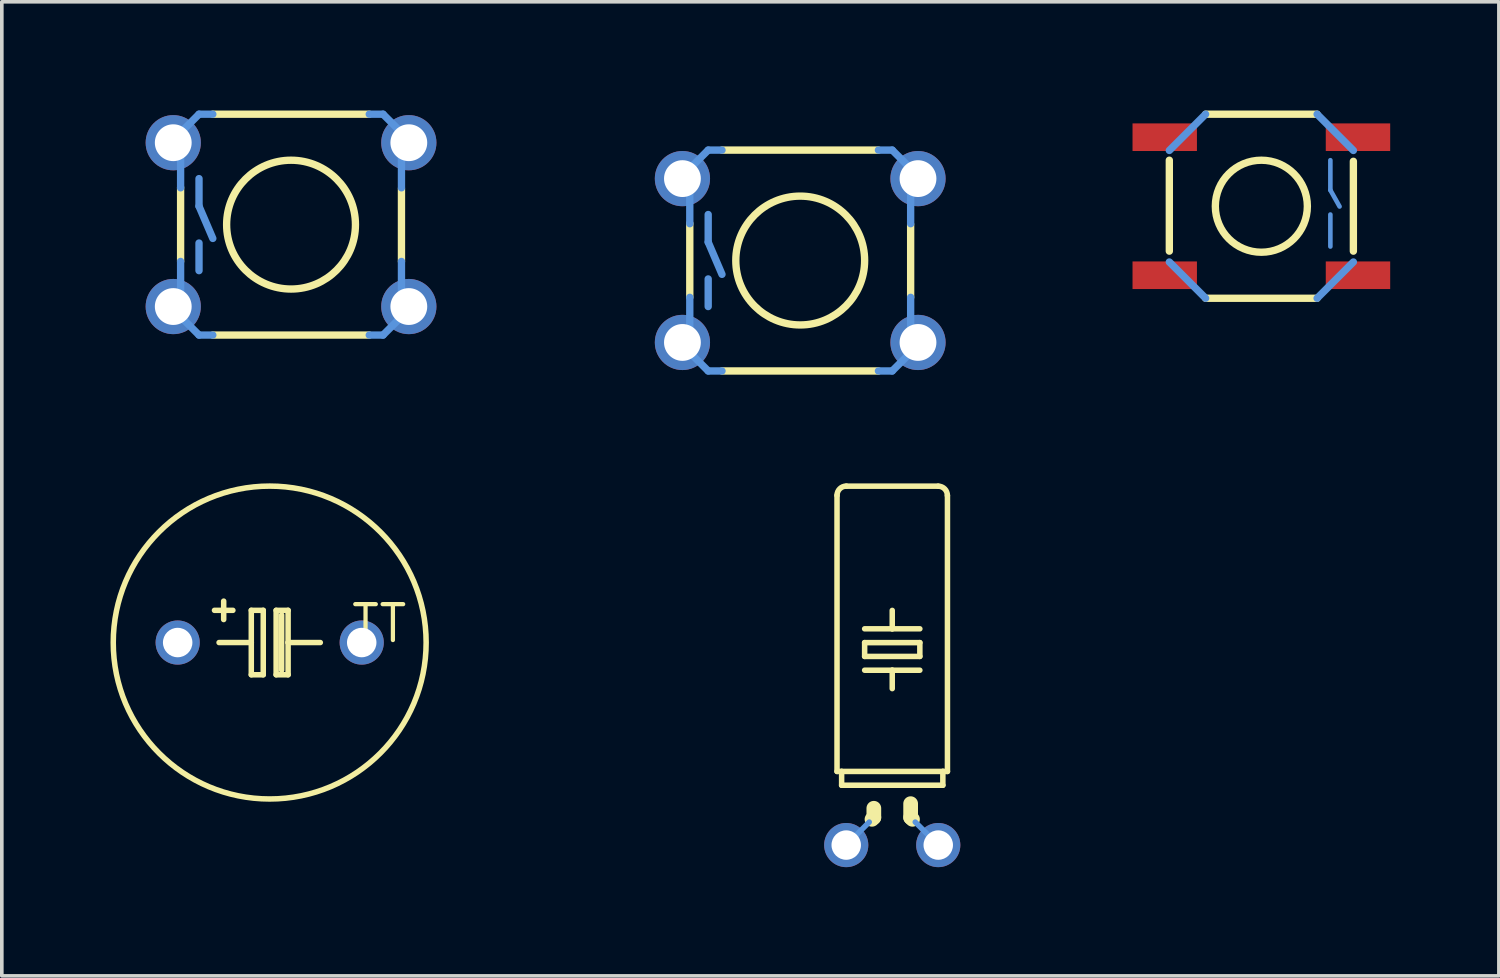
<source format=kicad_pcb>
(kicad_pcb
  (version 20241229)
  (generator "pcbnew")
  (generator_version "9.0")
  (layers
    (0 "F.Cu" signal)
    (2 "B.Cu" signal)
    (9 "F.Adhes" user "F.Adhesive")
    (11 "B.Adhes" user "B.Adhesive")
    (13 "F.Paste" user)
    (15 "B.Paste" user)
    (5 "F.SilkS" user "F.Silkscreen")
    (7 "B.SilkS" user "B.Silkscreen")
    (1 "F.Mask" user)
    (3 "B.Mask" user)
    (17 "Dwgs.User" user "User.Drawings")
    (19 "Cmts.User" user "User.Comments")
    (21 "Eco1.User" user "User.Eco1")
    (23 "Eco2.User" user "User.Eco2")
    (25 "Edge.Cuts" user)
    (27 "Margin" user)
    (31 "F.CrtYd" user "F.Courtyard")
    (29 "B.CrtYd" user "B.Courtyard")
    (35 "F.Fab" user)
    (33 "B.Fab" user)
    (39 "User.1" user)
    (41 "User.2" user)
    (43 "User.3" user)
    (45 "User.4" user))
  (footprint "TACTILE_SWITCH_SMD"
    (layer "F.Cu")
    (at 31.765 2.642)
    (property "Reference" "TACTILE_SWITCH_SMD" (at -0.076 -1.575 0) (layer "Eco1.User") (effects (font (size 0.406 0.406) (thickness 0.03))))
    (attr through_hole)
    (fp_line (start -2.54 1.24) (end -2.54 -1.27) (stroke (width 0.203) (type solid)) (layer "F.SilkS"))
    (fp_line (start -1.539 -2.54) (end 1.539 -2.54) (stroke (width 0.203) (type solid)) (layer "F.SilkS"))
    (fp_line (start 1.539 2.54) (end -1.539 2.54) (stroke (width 0.203) (type solid)) (layer "F.SilkS"))
    (fp_line (start 2.54 -1.24) (end 2.54 1.24) (stroke (width 0.203) (type solid)) (layer "F.SilkS"))
    (fp_circle (center 0 0) (end 1.27 0) (stroke (width 0.203) (type solid)) (fill no) (layer "F.SilkS"))
    (fp_line (start -2.54 -1.539) (end -1.539 -2.54) (stroke (width 0.203) (type solid)) (layer "Cmts.User"))
    (fp_line (start -1.539 2.54) (end -2.54 1.539) (stroke (width 0.203) (type solid)) (layer "Cmts.User"))
    (fp_line (start 1.539 -2.54) (end 2.54 -1.539) (stroke (width 0.203) (type solid)) (layer "Cmts.User"))
    (fp_line (start 1.905 -1.27) (end 1.905 -0.445) (stroke (width 0.127) (type solid)) (layer "Cmts.User"))
    (fp_line (start 1.905 -0.445) (end 2.159 0.008) (stroke (width 0.127) (type solid)) (layer "Cmts.User"))
    (fp_line (start 1.905 0.229) (end 1.905 1.113) (stroke (width 0.127) (type solid)) (layer "Cmts.User"))
    (fp_line (start 2.54 1.539) (end 1.539 2.54) (stroke (width 0.203) (type solid)) (layer "Cmts.User"))
    (pad "1" smd rect (at -2.667 -1.905 90) (size 0.762 1.778) (layers "F.Cu" "F.Mask" "F.Paste"))
    (pad "2" smd rect (at 2.667 -1.905 90) (size 0.762 1.778) (layers "F.Cu" "F.Mask" "F.Paste"))
    (pad "3" smd rect (at -2.667 1.905 90) (size 0.762 1.778) (layers "F.Cu" "F.Mask" "F.Paste"))
    (pad "4" smd rect (at 2.667 1.905 90) (size 0.762 1.778) (layers "F.Cu" "F.Mask" "F.Paste")))
  (footprint "TACTILE-PTH"
    (layer "F.Cu")
    (at 19.037 4.141)
    (property "Reference" "TACTILE-PTH" (at 0 -3.175 0) (layer "Eco1.User") (effects (font (size 1.27 1.27) (thickness 0.127))))
    (attr through_hole)
    (fp_line (start -3.048 -1.026) (end -3.048 1.016) (stroke (width 0.203) (type solid)) (layer "F.SilkS"))
    (fp_line (start -2.159 3.048) (end 2.159 3.048) (stroke (width 0.203) (type solid)) (layer "F.SilkS"))
    (fp_line (start 2.159 -3.048) (end -2.159 -3.048) (stroke (width 0.203) (type solid)) (layer "F.SilkS"))
    (fp_line (start 3.048 -0.996) (end 3.048 1.016) (stroke (width 0.203) (type solid)) (layer "F.SilkS"))
    (fp_circle (center 0 0) (end 1.778 0) (stroke (width 0.203) (type solid)) (fill no) (layer "F.SilkS"))
    (fp_line (start -3.048 -2.54) (end -3.048 -1.016) (stroke (width 0.203) (type solid)) (layer "Cmts.User"))
    (fp_line (start -3.048 2.54) (end -3.048 1.016) (stroke (width 0.203) (type solid)) (layer "Cmts.User"))
    (fp_line (start -2.54 -3.048) (end -3.048 -2.54) (stroke (width 0.203) (type solid)) (layer "Cmts.User"))
    (fp_line (start -2.54 -3.048) (end -2.159 -3.048) (stroke (width 0.203) (type solid)) (layer "Cmts.User"))
    (fp_line (start -2.54 -1.27) (end -2.54 -0.508) (stroke (width 0.203) (type solid)) (layer "Cmts.User"))
    (fp_line (start -2.54 -0.508) (end -2.159 0.381) (stroke (width 0.203) (type solid)) (layer "Cmts.User"))
    (fp_line (start -2.54 0.508) (end -2.54 1.27) (stroke (width 0.203) (type solid)) (layer "Cmts.User"))
    (fp_line (start -2.54 3.048) (end -3.048 2.54) (stroke (width 0.203) (type solid)) (layer "Cmts.User"))
    (fp_line (start -2.54 3.048) (end -2.159 3.048) (stroke (width 0.203) (type solid)) (layer "Cmts.User"))
    (fp_line (start 2.54 -3.048) (end 2.159 -3.048) (stroke (width 0.203) (type solid)) (layer "Cmts.User"))
    (fp_line (start 2.54 3.048) (end 2.159 3.048) (stroke (width 0.203) (type solid)) (layer "Cmts.User"))
    (fp_line (start 2.54 3.048) (end 3.048 2.54) (stroke (width 0.203) (type solid)) (layer "Cmts.User"))
    (fp_line (start 3.048 -2.54) (end 2.54 -3.048) (stroke (width 0.203) (type solid)) (layer "Cmts.User"))
    (fp_line (start 3.048 -1.016) (end 3.048 -2.54) (stroke (width 0.203) (type solid)) (layer "Cmts.User"))
    (fp_line (start 3.048 2.54) (end 3.048 1.016) (stroke (width 0.203) (type solid)) (layer "Cmts.User"))
    (pad "1" thru_hole oval (at -3.251 -2.261) (size 1.524 1.524) (drill 1.016) (layers "*.Cu" "*.Mask"))
    (pad "2" thru_hole oval (at 3.251 -2.261) (size 1.524 1.524) (drill 1.016) (layers "*.Cu" "*.Mask"))
    (pad "3" thru_hole oval (at -3.251 2.261) (size 1.524 1.524) (drill 1.016) (layers "*.Cu" "*.Mask"))
    (pad "4" thru_hole oval (at 3.251 2.261) (size 1.524 1.524) (drill 1.016) (layers "*.Cu" "*.Mask")))
  (footprint "SW_PUSHBUTTON_PTH"
    (layer "F.Cu")
    (at 4.983 3.15)
    (property "Reference" "SW_PUSHBUTTON_PTH" (at -0.05 0 0) (layer "Eco1.User") (effects (font (size 0.6 0.6) (thickness 0.1))))
    (attr through_hole)
    (fp_line (start -3.048 -1.026) (end -3.048 1.016) (stroke (width 0.203) (type solid)) (layer "F.SilkS"))
    (fp_line (start -2.159 3.048) (end 2.159 3.048) (stroke (width 0.203) (type solid)) (layer "F.SilkS"))
    (fp_line (start 2.159 -3.048) (end -2.159 -3.048) (stroke (width 0.203) (type solid)) (layer "F.SilkS"))
    (fp_line (start 3.048 -0.996) (end 3.048 1.016) (stroke (width 0.203) (type solid)) (layer "F.SilkS"))
    (fp_circle (center 0 0) (end 1.778 0) (stroke (width 0.203) (type solid)) (fill no) (layer "F.SilkS"))
    (fp_line (start -3.048 -2.54) (end -3.048 -1.016) (stroke (width 0.203) (type solid)) (layer "Cmts.User"))
    (fp_line (start -3.048 2.54) (end -3.048 1.016) (stroke (width 0.203) (type solid)) (layer "Cmts.User"))
    (fp_line (start -2.54 -3.048) (end -3.048 -2.54) (stroke (width 0.203) (type solid)) (layer "Cmts.User"))
    (fp_line (start -2.54 -3.048) (end -2.159 -3.048) (stroke (width 0.203) (type solid)) (layer "Cmts.User"))
    (fp_line (start -2.54 -1.27) (end -2.54 -0.508) (stroke (width 0.203) (type solid)) (layer "Cmts.User"))
    (fp_line (start -2.54 -0.508) (end -2.159 0.381) (stroke (width 0.203) (type solid)) (layer "Cmts.User"))
    (fp_line (start -2.54 0.508) (end -2.54 1.27) (stroke (width 0.203) (type solid)) (layer "Cmts.User"))
    (fp_line (start -2.54 3.048) (end -3.048 2.54) (stroke (width 0.203) (type solid)) (layer "Cmts.User"))
    (fp_line (start -2.54 3.048) (end -2.159 3.048) (stroke (width 0.203) (type solid)) (layer "Cmts.User"))
    (fp_line (start 2.54 -3.048) (end 2.159 -3.048) (stroke (width 0.203) (type solid)) (layer "Cmts.User"))
    (fp_line (start 2.54 3.048) (end 2.159 3.048) (stroke (width 0.203) (type solid)) (layer "Cmts.User"))
    (fp_line (start 2.54 3.048) (end 3.048 2.54) (stroke (width 0.203) (type solid)) (layer "Cmts.User"))
    (fp_line (start 3.048 -2.54) (end 2.54 -3.048) (stroke (width 0.203) (type solid)) (layer "Cmts.User"))
    (fp_line (start 3.048 -1.016) (end 3.048 -2.54) (stroke (width 0.203) (type solid)) (layer "Cmts.User"))
    (fp_line (start 3.048 2.54) (end 3.048 1.016) (stroke (width 0.203) (type solid)) (layer "Cmts.User"))
    (pad "1" thru_hole oval (at -3.251 -2.261) (size 1.524 1.524) (drill 1.016) (layers "*.Cu" "*.Mask"))
    (pad "1" thru_hole oval (at 3.251 -2.261) (size 1.524 1.524) (drill 1.016) (layers "*.Cu" "*.Mask"))
    (pad "2" thru_hole oval (at -3.251 2.261) (size 1.524 1.524) (drill 1.016) (layers "*.Cu" "*.Mask"))
    (pad "2" thru_hole oval (at 3.251 2.261) (size 1.524 1.524) (drill 1.016) (layers "*.Cu" "*.Mask")))
  (footprint "TAP5-80"
    (layer "F.Cu")
    (at 4.394 14.685)
    (property "Reference" "TAP5-80" (at 6.35 -2.032 0) (layer "Eco1.User") (effects (font (size 1.27 1.27) (thickness 0.127))))
    (attr through_hole)
    (fp_line (start -1.397 0) (end -0.508 0) (stroke (width 0.152) (type solid)) (layer "F.SilkS"))
    (fp_line (start -1.27 -0.635) (end -1.27 -1.143) (stroke (width 0.152) (type solid)) (layer "F.SilkS"))
    (fp_line (start -1.016 -0.889) (end -1.524 -0.889) (stroke (width 0.152) (type solid)) (layer "F.SilkS"))
    (fp_line (start -0.508 -0.889) (end -0.508 0) (stroke (width 0.152) (type solid)) (layer "F.SilkS"))
    (fp_line (start -0.508 0) (end -0.508 0.889) (stroke (width 0.152) (type solid)) (layer "F.SilkS"))
    (fp_line (start -0.508 0.889) (end -0.178 0.889) (stroke (width 0.152) (type solid)) (layer "F.SilkS"))
    (fp_line (start -0.178 -0.889) (end -0.508 -0.889) (stroke (width 0.152) (type solid)) (layer "F.SilkS"))
    (fp_line (start -0.178 0.889) (end -0.178 -0.889) (stroke (width 0.152) (type solid)) (layer "F.SilkS"))
    (fp_line (start 0.178 -0.889) (end 0.178 0.889) (stroke (width 0.152) (type solid)) (layer "F.SilkS"))
    (fp_line (start 0.178 0.889) (end 0.508 0.889) (stroke (width 0.152) (type solid)) (layer "F.SilkS"))
    (fp_line (start 0.33 0.762) (end 0.33 -0.762) (stroke (width 0.152) (type solid)) (layer "F.SilkS"))
    (fp_line (start 0.508 -0.889) (end 0.178 -0.889) (stroke (width 0.152) (type solid)) (layer "F.SilkS"))
    (fp_line (start 0.508 0) (end 0.508 -0.889) (stroke (width 0.152) (type solid)) (layer "F.SilkS"))
    (fp_line (start 0.508 0) (end 1.397 0) (stroke (width 0.152) (type solid)) (layer "F.SilkS"))
    (fp_line (start 0.508 0.889) (end 0.508 0) (stroke (width 0.152) (type solid)) (layer "F.SilkS"))
    (fp_circle (center 0 0) (end 4.318 0) (stroke (width 0.152) (type solid)) (fill no) (layer "F.SilkS"))
    (fp_text user "TT" (at 3.023 -0.521 0) (layer "F.SilkS") (effects (font (size 0.991 0.991) (thickness 0.117))))
    (pad "+" thru_hole oval (at -2.54 0) (size 1.219 1.219) (drill 0.813) (layers "*.Cu" "*.Mask"))
    (pad "-" thru_hole oval (at 2.54 0) (size 1.219 1.219) (drill 0.813) (layers "*.Cu" "*.Mask")))
  (footprint "TC38H"
    (layer "F.Cu")
    (at 21.577 20.275)
    (property "Reference" "TC38H" (at -2.54 -5.842 90) (layer "Eco1.User") (effects (font (size 1.27 1.27) (thickness 0.127))))
    (attr through_hole)
    (fp_line (start -1.524 -2.032) (end -1.524 -9.652) (stroke (width 0.152) (type solid)) (layer "F.SilkS"))
    (fp_line (start -1.524 -2.032) (end -1.397 -2.032) (stroke (width 0.152) (type solid)) (layer "F.SilkS"))
    (fp_line (start -1.397 -1.651) (end -1.397 -2.032) (stroke (width 0.152) (type solid)) (layer "F.SilkS"))
    (fp_line (start -1.397 -1.651) (end 1.397 -1.651) (stroke (width 0.152) (type solid)) (layer "F.SilkS"))
    (fp_line (start -1.27 -9.906) (end 1.27 -9.906) (stroke (width 0.152) (type solid)) (layer "F.SilkS"))
    (fp_line (start -0.762 -5.969) (end 0 -5.969) (stroke (width 0.152) (type solid)) (layer "F.SilkS"))
    (fp_line (start -0.762 -5.588) (end -0.762 -5.207) (stroke (width 0.152) (type solid)) (layer "F.SilkS"))
    (fp_line (start -0.762 -5.588) (end 0.762 -5.588) (stroke (width 0.152) (type solid)) (layer "F.SilkS"))
    (fp_line (start -0.762 -4.826) (end 0 -4.826) (stroke (width 0.152) (type solid)) (layer "F.SilkS"))
    (fp_line (start -0.559 -0.711) (end -0.508 -0.762) (stroke (width 0.406) (type solid)) (layer "F.SilkS"))
    (fp_line (start -0.508 -0.762) (end -0.508 -1.016) (stroke (width 0.406) (type solid)) (layer "F.SilkS"))
    (fp_line (start 0 -5.969) (end 0 -6.477) (stroke (width 0.152) (type solid)) (layer "F.SilkS"))
    (fp_line (start 0 -5.969) (end 0.762 -5.969) (stroke (width 0.152) (type solid)) (layer "F.SilkS"))
    (fp_line (start 0 -4.826) (end 0 -4.318) (stroke (width 0.152) (type solid)) (layer "F.SilkS"))
    (fp_line (start 0 -4.826) (end 0.762 -4.826) (stroke (width 0.152) (type solid)) (layer "F.SilkS"))
    (fp_line (start 0.508 -0.762) (end 0.508 -1.143) (stroke (width 0.406) (type solid)) (layer "F.SilkS"))
    (fp_line (start 0.559 -0.711) (end 0.508 -0.762) (stroke (width 0.406) (type solid)) (layer "F.SilkS"))
    (fp_line (start 0.762 -5.207) (end -0.762 -5.207) (stroke (width 0.152) (type solid)) (layer "F.SilkS"))
    (fp_line (start 0.762 -5.207) (end 0.762 -5.588) (stroke (width 0.152) (type solid)) (layer "F.SilkS"))
    (fp_line (start 1.397 -2.032) (end -1.397 -2.032) (stroke (width 0.152) (type solid)) (layer "F.SilkS"))
    (fp_line (start 1.397 -1.651) (end 1.397 -2.032) (stroke (width 0.152) (type solid)) (layer "F.SilkS"))
    (fp_line (start 1.524 -2.032) (end 1.397 -2.032) (stroke (width 0.152) (type solid)) (layer "F.SilkS"))
    (fp_line (start 1.524 -2.032) (end 1.524 -9.652) (stroke (width 0.152) (type solid)) (layer "F.SilkS"))
    (fp_arc (start -1.524 -9.652) (mid -1.448861 -9.833401) (end -1.26746 -9.90854) (stroke (width 0.1524) (type solid)) (layer "F.SilkS"))
    (fp_arc (start 1.27 -9.906) (mid 1.448861 -9.829809) (end 1.52146 -9.64946) (stroke (width 0.1524) (type solid)) (layer "F.SilkS"))
    (fp_line (start -0.635 -0.635) (end -1.27 0) (stroke (width 0.152) (type solid)) (layer "Cmts.User"))
    (fp_line (start 0.635 -0.635) (end 1.27 0) (stroke (width 0.152) (type solid)) (layer "Cmts.User"))
    (pad "1" thru_hole oval (at -1.27 0) (size 1.219 1.219) (drill 0.813) (layers "*.Cu" "*.Mask"))
    (pad "2" thru_hole oval (at 1.27 0) (size 1.219 1.219) (drill 0.813) (layers "*.Cu" "*.Mask")))
  (gr_rect
    (start -3 -3)
    (end 38.321 23.885)
    (stroke (width 0.1) (type default))
    (fill no)
    (layer "Edge.Cuts")))
</source>
